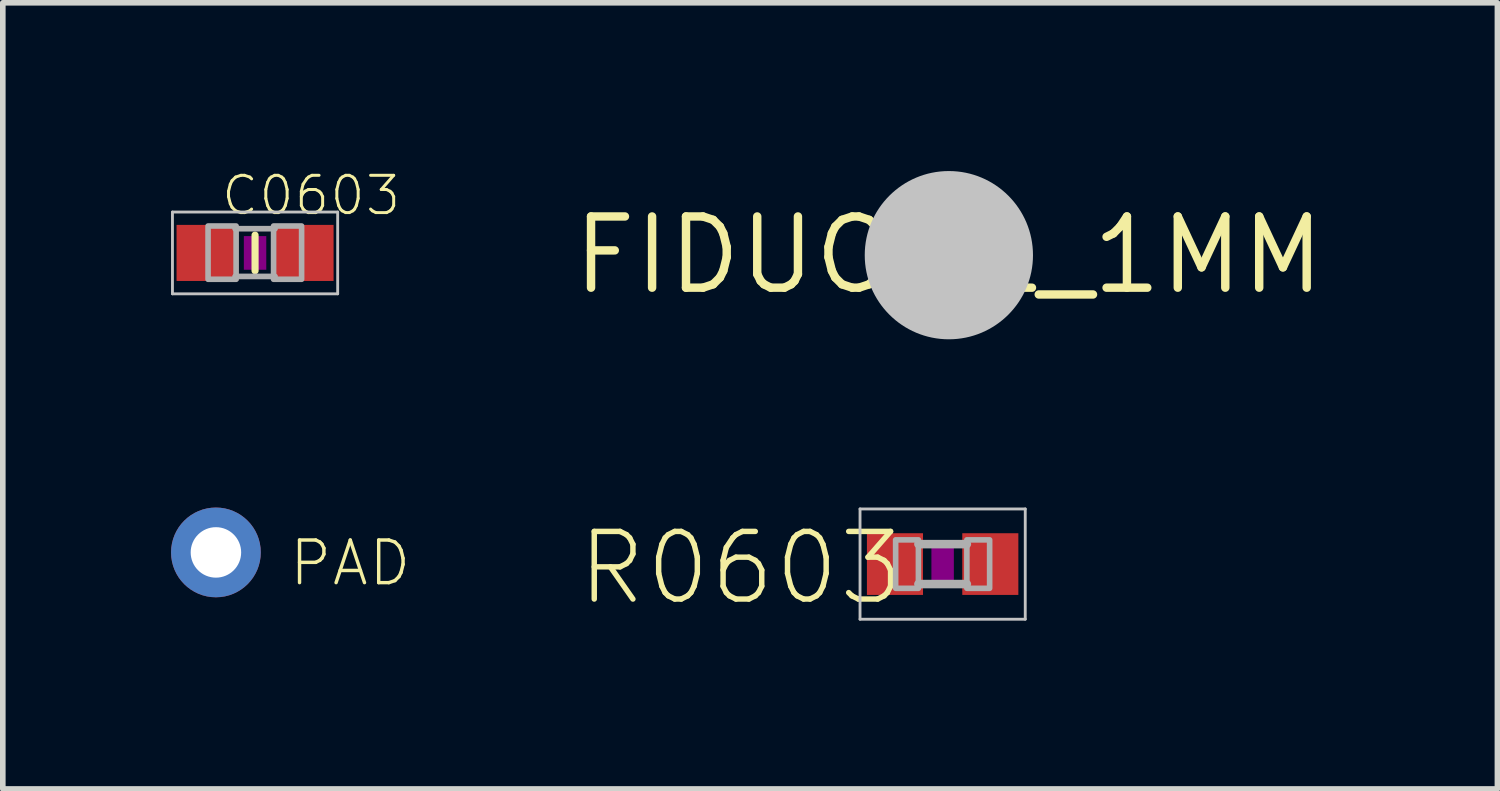
<source format=kicad_pcb>
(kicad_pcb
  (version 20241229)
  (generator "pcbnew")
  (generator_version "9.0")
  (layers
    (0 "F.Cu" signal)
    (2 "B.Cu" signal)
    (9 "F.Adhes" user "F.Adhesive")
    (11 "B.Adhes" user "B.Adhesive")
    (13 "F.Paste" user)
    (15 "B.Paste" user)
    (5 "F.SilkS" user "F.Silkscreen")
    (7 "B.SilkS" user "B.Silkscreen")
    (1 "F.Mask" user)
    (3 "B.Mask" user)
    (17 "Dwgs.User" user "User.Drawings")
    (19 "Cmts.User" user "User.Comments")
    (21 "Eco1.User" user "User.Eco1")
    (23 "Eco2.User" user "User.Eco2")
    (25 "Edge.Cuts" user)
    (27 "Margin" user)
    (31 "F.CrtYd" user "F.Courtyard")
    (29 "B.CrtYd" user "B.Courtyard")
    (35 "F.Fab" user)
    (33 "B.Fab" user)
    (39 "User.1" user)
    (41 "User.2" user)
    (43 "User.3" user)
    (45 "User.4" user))
  (footprint "PAD"
    (layer "F.Cu")
    (at 0.8 6.8)
    (property "Reference" "PAD" (at 1.27 0.635 0) (layer "F.SilkS") (effects (font (size 0.76 0.76) (thickness 0.061)) (justify left bottom)))
    (attr through_hole)
    (pad "P$1" thru_hole circle (at 0 0) (size 1.6 1.6) (drill 0.9) (layers "*.Cu" "*.Mask")))
  (footprint "C0603"
    (layer "F.Cu")
    (at 1.498 1.46)
    (property "Reference" "C0603" (at -0.635 -0.635 0) (layer "F.SilkS") (effects (font (size 0.665 0.665) (thickness 0.053)) (justify left bottom)))
    (attr through_hole)
    (fp_line (start 0 -0.318) (end 0 0.318) (stroke (width 0.127) (type solid)) (layer "F.SilkS"))
    (fp_poly (pts (xy -0.2 0.3) (xy 0.2 0.3) (xy 0.2 -0.3) (xy -0.2 -0.3)) (stroke (width 0) (type solid)) (fill yes) (layer "F.Adhes"))
    (fp_line (start -1.473 -0.729) (end 1.473 -0.729) (stroke (width 0.051) (type solid)) (layer "Dwgs.User"))
    (fp_line (start -1.473 0.729) (end -1.473 -0.729) (stroke (width 0.051) (type solid)) (layer "Dwgs.User"))
    (fp_line (start 1.473 -0.729) (end 1.473 0.729) (stroke (width 0.051) (type solid)) (layer "Dwgs.User"))
    (fp_line (start 1.473 0.729) (end -1.473 0.729) (stroke (width 0.051) (type solid)) (layer "Dwgs.User"))
    (fp_line (start -0.356 -0.432) (end 0.356 -0.432) (stroke (width 0.102) (type solid)) (layer "F.Fab"))
    (fp_line (start -0.356 0.419) (end 0.356 0.419) (stroke (width 0.102) (type solid)) (layer "F.Fab"))
    (fp_poly (pts (xy -0.838 0.47) (xy -0.338 0.47) (xy -0.338 -0.48) (xy -0.838 -0.48)) (stroke (width 0.1) (type solid)) (fill no) (layer "F.Fab"))
    (fp_poly (pts (xy 0.33 0.47) (xy 0.83 0.47) (xy 0.83 -0.48) (xy 0.33 -0.48)) (stroke (width 0.1) (type solid)) (fill no) (layer "F.Fab"))
    (pad "1" smd rect (at -0.85 0) (size 1.1 1) (layers "F.Cu" "F.Mask" "F.Paste"))
    (pad "2" smd rect (at 0.85 0) (size 1.1 1) (layers "F.Cu" "F.Mask" "F.Paste")))
  (footprint "R0603"
    (layer "F.Cu")
    (at 13.758 7.008)
    (property "Reference" "R0603" (at -0.635 -0.635 180) (layer "F.SilkS") (effects (font (size 1.206 1.206) (thickness 0.097)) (justify right top)))
    (attr through_hole)
    (fp_poly (pts (xy -0.2 0.4) (xy 0.2 0.4) (xy 0.2 -0.4) (xy -0.2 -0.4)) (stroke (width 0) (type solid)) (fill yes) (layer "F.Adhes"))
    (fp_line (start -1.473 -0.983) (end 1.473 -0.983) (stroke (width 0.051) (type solid)) (layer "Dwgs.User"))
    (fp_line (start -1.473 0.983) (end -1.473 -0.983) (stroke (width 0.051) (type solid)) (layer "Dwgs.User"))
    (fp_line (start 1.473 -0.983) (end 1.473 0.983) (stroke (width 0.051) (type solid)) (layer "Dwgs.User"))
    (fp_line (start 1.473 0.983) (end -1.473 0.983) (stroke (width 0.051) (type solid)) (layer "Dwgs.User"))
    (fp_line (start -0.432 0.356) (end 0.432 0.356) (stroke (width 0.152) (type solid)) (layer "F.Fab"))
    (fp_line (start 0.432 -0.356) (end -0.432 -0.356) (stroke (width 0.152) (type solid)) (layer "F.Fab"))
    (fp_poly (pts (xy -0.838 0.432) (xy -0.432 0.432) (xy -0.432 -0.432) (xy -0.838 -0.432)) (stroke (width 0.1) (type solid)) (fill no) (layer "F.Fab"))
    (fp_poly (pts (xy 0.432 0.432) (xy 0.838 0.432) (xy 0.838 -0.432) (xy 0.432 -0.432)) (stroke (width 0.1) (type solid)) (fill no) (layer "F.Fab"))
    (pad "1" smd rect (at -0.85 0) (size 1 1.1) (layers "F.Cu" "F.Mask" "F.Paste"))
    (pad "2" smd rect (at 0.85 0) (size 1 1.1) (layers "F.Cu" "F.Mask" "F.Paste")))
  (footprint "FIDUCIAL_1MM"
    (layer "F.Cu")
    (at 13.869 1.5)
    (property "Reference" "FIDUCIAL_1MM" (at 0 0 0) (layer "F.SilkS") (effects (font (size 1.27 1.27) (thickness 0.15))))
    (attr through_hole)
    (fp_circle (center 0 0) (end 1.5 0) (stroke (width 0) (type solid)) (fill yes) (layer "F.Mask"))
    (fp_circle (center 0 0) (end 1.5 0) (stroke (width 0) (type solid)) (fill yes) (layer "Dwgs.User"))
    (pad "1" smd roundrect (at 0 0) (size 1 1) (layers "F.Cu" "F.Mask") (roundrect_rratio 0.5)))
  (gr_rect
    (start -3 -3)
    (end 23.65 11.017)
    (stroke (width 0.1) (type default))
    (fill no)
    (layer "Edge.Cuts")))
</source>
